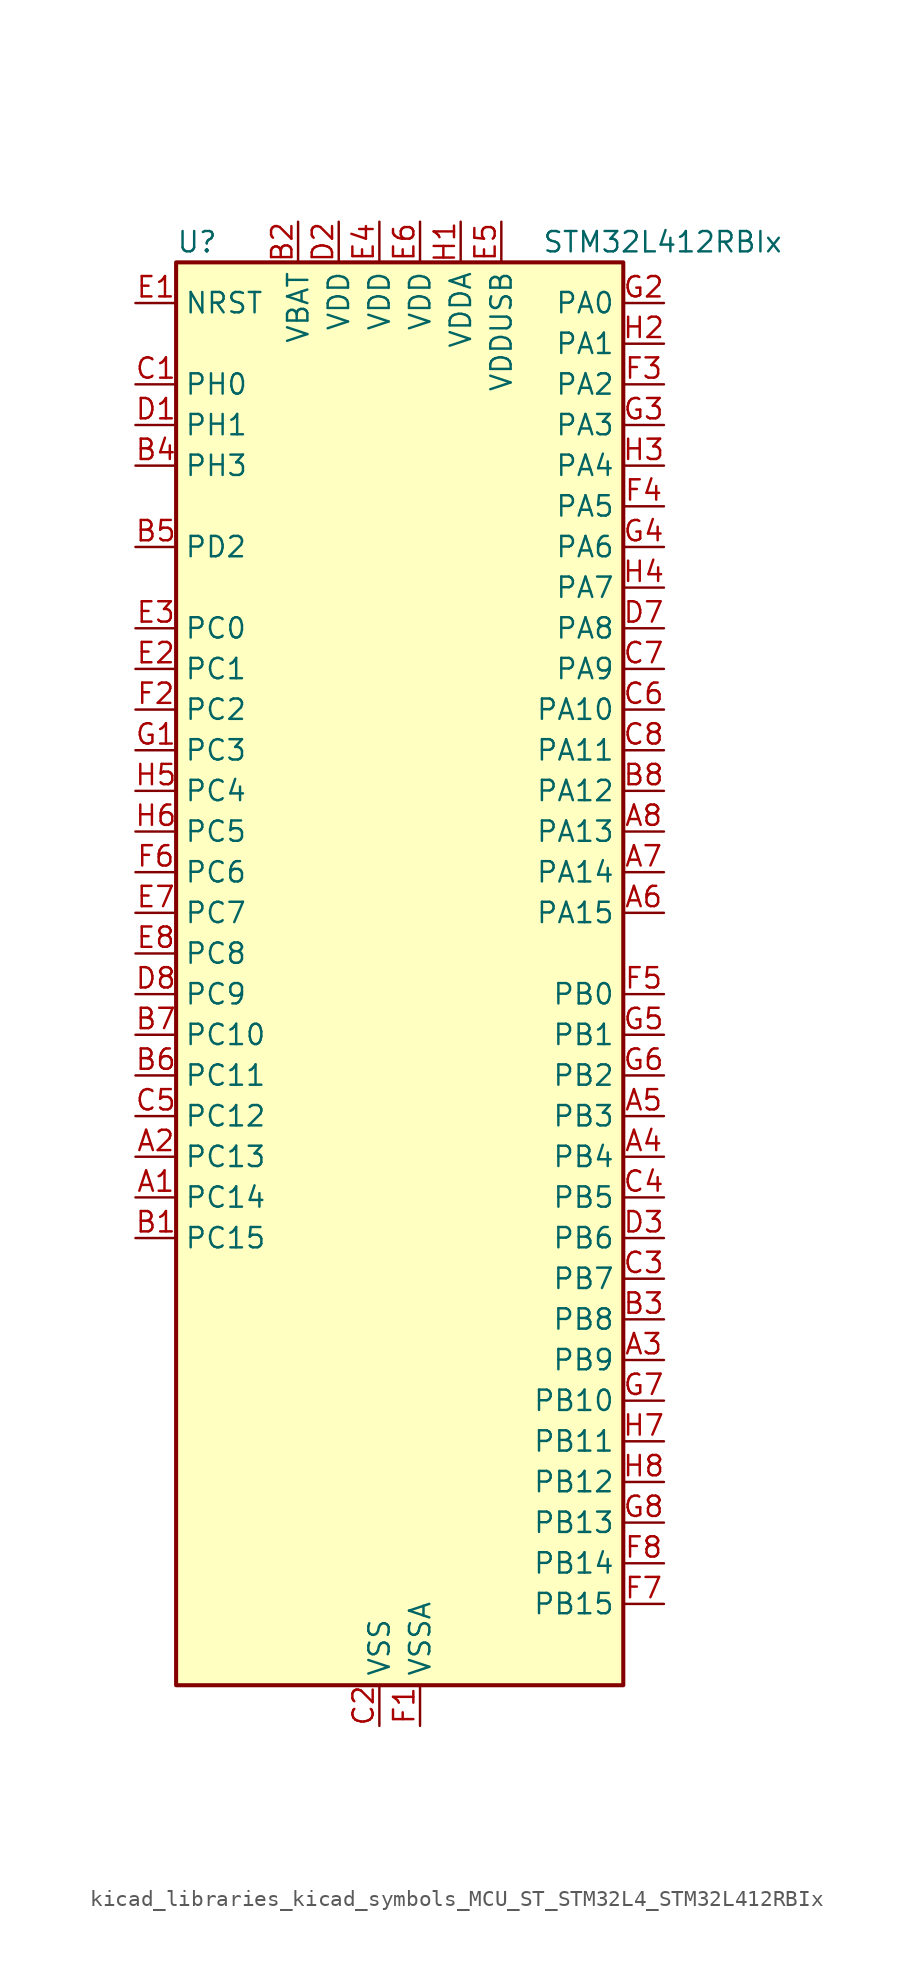
<source format=kicad_sym>
(kicad_symbol_lib
  (version 20220914)
  (generator kicad_symbol_editor)
  (symbol "kicad_libraries_kicad_symbols_MCU_ST_STM32L4_STM32L412RBIx"
    (property "Reference" "U"
      (at -12.7 46.99 0)
      (effects (font (size 1.27 1.27)) (justify left)))
    (property "Value" "STM32L412RBIx"
      (at 10.16 46.99 0)
      (effects (font (size 1.27 1.27)) (justify left)))
    (property "ki_locked" ""
      (at 0 0 0)
      (effects (font (size 1.27 1.27))))
    (symbol "kicad_libraries_kicad_symbols_MCU_ST_STM32L4_STM32L412RBIx_0_1"
      (rectangle (start -12.7 -43.18) (end 15.24 45.72) (stroke (width 0.254) (type default)) (fill (type background))))
    (symbol "kicad_libraries_kicad_symbols_MCU_ST_STM32L4_STM32L412RBIx_1_1"
      (pin bidirectional line (at -15.24 -12.7 0) (length 2.54) (name "PC14" (effects (font (size 1.27 1.27)))) (number "A1" (effects (font (size 1.27 1.27)))) (alternate "RCC_OSC32_IN" bidirectional line))
      (pin bidirectional line (at -15.24 -10.16 0) (length 2.54) (name "PC13" (effects (font (size 1.27 1.27)))) (number "A2" (effects (font (size 1.27 1.27)))) (alternate "RTC_OUT_ALARM" bidirectional line) (alternate "RTC_OUT_CALIB" bidirectional line) (alternate "RTC_TAMP1" bidirectional line) (alternate "RTC_TS" bidirectional line) (alternate "SYS_WKUP2" bidirectional line))
      (pin bidirectional line (at 17.78 -22.86 180) (length 2.54) (name "PB9" (effects (font (size 1.27 1.27)))) (number "A3" (effects (font (size 1.27 1.27)))) (alternate "I2C1_SDA" bidirectional line) (alternate "IR_OUT" bidirectional line) (alternate "SPI2_NSS" bidirectional line))
      (pin bidirectional line (at 17.78 -10.16 180) (length 2.54) (name "PB4" (effects (font (size 1.27 1.27)))) (number "A4" (effects (font (size 1.27 1.27)))) (alternate "I2C3_SDA" bidirectional line) (alternate "SPI1_MISO" bidirectional line) (alternate "SYS_JTRST" bidirectional line) (alternate "TSC_G2_IO1" bidirectional line) (alternate "USART1_CTS" bidirectional line))
      (pin bidirectional line (at 17.78 -7.62 180) (length 2.54) (name "PB3" (effects (font (size 1.27 1.27)))) (number "A5" (effects (font (size 1.27 1.27)))) (alternate "SPI1_SCK" bidirectional line) (alternate "SYS_JTDO-SWO" bidirectional line) (alternate "TIM2_CH2" bidirectional line) (alternate "USART1_DE" bidirectional line) (alternate "USART1_RTS" bidirectional line))
      (pin bidirectional line (at 17.78 5.08 180) (length 2.54) (name "PA15" (effects (font (size 1.27 1.27)))) (number "A6" (effects (font (size 1.27 1.27)))) (alternate "ADC1_EXTI15" bidirectional line) (alternate "ADC2_EXTI15" bidirectional line) (alternate "SPI1_NSS" bidirectional line) (alternate "SYS_JTDI" bidirectional line) (alternate "TIM2_CH1" bidirectional line) (alternate "TIM2_ETR" bidirectional line) (alternate "TSC_G3_IO1" bidirectional line) (alternate "USART2_RX" bidirectional line) (alternate "USART3_DE" bidirectional line) (alternate "USART3_RTS" bidirectional line))
      (pin bidirectional line (at 17.78 7.62 180) (length 2.54) (name "PA14" (effects (font (size 1.27 1.27)))) (number "A7" (effects (font (size 1.27 1.27)))) (alternate "I2C1_SMBA" bidirectional line) (alternate "LPTIM1_OUT" bidirectional line) (alternate "SYS_JTCK-SWCLK" bidirectional line))
      (pin bidirectional line (at 17.78 10.16 180) (length 2.54) (name "PA13" (effects (font (size 1.27 1.27)))) (number "A8" (effects (font (size 1.27 1.27)))) (alternate "IR_OUT" bidirectional line) (alternate "SYS_JTMS-SWDIO" bidirectional line) (alternate "USB_NOE" bidirectional line))
      (pin bidirectional line (at -15.24 -15.24 0) (length 2.54) (name "PC15" (effects (font (size 1.27 1.27)))) (number "B1" (effects (font (size 1.27 1.27)))) (alternate "ADC1_EXTI15" bidirectional line) (alternate "ADC2_EXTI15" bidirectional line) (alternate "RCC_OSC32_OUT" bidirectional line))
      (pin power_in line (at -5.08 48.26 270) (length 2.54) (name "VBAT" (effects (font (size 1.27 1.27)))) (number "B2" (effects (font (size 1.27 1.27)))))
      (pin bidirectional line (at 17.78 -20.32 180) (length 2.54) (name "PB8" (effects (font (size 1.27 1.27)))) (number "B3" (effects (font (size 1.27 1.27)))) (alternate "I2C1_SCL" bidirectional line) (alternate "TIM16_CH1" bidirectional line))
      (pin bidirectional line (at -15.24 33.02 0) (length 2.54) (name "PH3" (effects (font (size 1.27 1.27)))) (number "B4" (effects (font (size 1.27 1.27)))))
      (pin bidirectional line (at -15.24 27.94 0) (length 2.54) (name "PD2" (effects (font (size 1.27 1.27)))) (number "B5" (effects (font (size 1.27 1.27)))) (alternate "SYS_TRACED2" bidirectional line) (alternate "TSC_SYNC" bidirectional line) (alternate "USART3_DE" bidirectional line) (alternate "USART3_RTS" bidirectional line))
      (pin bidirectional line (at -15.24 -5.08 0) (length 2.54) (name "PC11" (effects (font (size 1.27 1.27)))) (number "B6" (effects (font (size 1.27 1.27)))) (alternate "ADC1_EXTI11" bidirectional line) (alternate "ADC2_EXTI11" bidirectional line) (alternate "TSC_G3_IO3" bidirectional line) (alternate "USART3_RX" bidirectional line))
      (pin bidirectional line (at -15.24 -2.54 0) (length 2.54) (name "PC10" (effects (font (size 1.27 1.27)))) (number "B7" (effects (font (size 1.27 1.27)))) (alternate "SYS_TRACED1" bidirectional line) (alternate "TSC_G3_IO2" bidirectional line) (alternate "USART3_TX" bidirectional line))
      (pin bidirectional line (at 17.78 12.7 180) (length 2.54) (name "PA12" (effects (font (size 1.27 1.27)))) (number "B8" (effects (font (size 1.27 1.27)))) (alternate "SPI1_MOSI" bidirectional line) (alternate "TIM1_ETR" bidirectional line) (alternate "USART1_DE" bidirectional line) (alternate "USART1_RTS" bidirectional line) (alternate "USB_DP" bidirectional line))
      (pin bidirectional line (at -15.24 38.1 0) (length 2.54) (name "PH0" (effects (font (size 1.27 1.27)))) (number "C1" (effects (font (size 1.27 1.27)))) (alternate "RCC_OSC_IN" bidirectional line))
      (pin power_in line (at 0 -45.72 90) (length 2.54) (name "VSS" (effects (font (size 1.27 1.27)))) (number "C2" (effects (font (size 1.27 1.27)))))
      (pin bidirectional line (at 17.78 -17.78 180) (length 2.54) (name "PB7" (effects (font (size 1.27 1.27)))) (number "C3" (effects (font (size 1.27 1.27)))) (alternate "I2C1_SDA" bidirectional line) (alternate "LPTIM1_IN2" bidirectional line) (alternate "SYS_PVD_IN" bidirectional line) (alternate "SYS_TRACECLK" bidirectional line) (alternate "TSC_G2_IO4" bidirectional line) (alternate "USART1_RX" bidirectional line))
      (pin bidirectional line (at 17.78 -12.7 180) (length 2.54) (name "PB5" (effects (font (size 1.27 1.27)))) (number "C4" (effects (font (size 1.27 1.27)))) (alternate "I2C1_SMBA" bidirectional line) (alternate "LPTIM1_IN1" bidirectional line) (alternate "SPI1_MOSI" bidirectional line) (alternate "SYS_TRACED2" bidirectional line) (alternate "TIM16_BKIN" bidirectional line) (alternate "TSC_G2_IO2" bidirectional line) (alternate "USART1_CK" bidirectional line))
      (pin bidirectional line (at -15.24 -7.62 0) (length 2.54) (name "PC12" (effects (font (size 1.27 1.27)))) (number "C5" (effects (font (size 1.27 1.27)))) (alternate "SYS_TRACED3" bidirectional line) (alternate "TSC_G3_IO4" bidirectional line) (alternate "USART3_CK" bidirectional line))
      (pin bidirectional line (at 17.78 17.78 180) (length 2.54) (name "PA10" (effects (font (size 1.27 1.27)))) (number "C6" (effects (font (size 1.27 1.27)))) (alternate "CRS_SYNC" bidirectional line) (alternate "I2C1_SDA" bidirectional line) (alternate "TIM1_CH3" bidirectional line) (alternate "USART1_RX" bidirectional line))
      (pin bidirectional line (at 17.78 20.32 180) (length 2.54) (name "PA9" (effects (font (size 1.27 1.27)))) (number "C7" (effects (font (size 1.27 1.27)))) (alternate "I2C1_SCL" bidirectional line) (alternate "TIM15_BKIN" bidirectional line) (alternate "TIM1_CH2" bidirectional line) (alternate "USART1_TX" bidirectional line))
      (pin bidirectional line (at 17.78 15.24 180) (length 2.54) (name "PA11" (effects (font (size 1.27 1.27)))) (number "C8" (effects (font (size 1.27 1.27)))) (alternate "ADC1_EXTI11" bidirectional line) (alternate "ADC2_EXTI11" bidirectional line) (alternate "COMP1_OUT" bidirectional line) (alternate "SPI1_MISO" bidirectional line) (alternate "TIM1_BKIN2" bidirectional line) (alternate "TIM1_BKIN2_COMP1" bidirectional line) (alternate "TIM1_CH4" bidirectional line) (alternate "USART1_CTS" bidirectional line) (alternate "USB_DM" bidirectional line))
      (pin bidirectional line (at -15.24 35.56 0) (length 2.54) (name "PH1" (effects (font (size 1.27 1.27)))) (number "D1" (effects (font (size 1.27 1.27)))) (alternate "RCC_OSC_OUT" bidirectional line))
      (pin power_in line (at -2.54 48.26 270) (length 2.54) (name "VDD" (effects (font (size 1.27 1.27)))) (number "D2" (effects (font (size 1.27 1.27)))))
      (pin bidirectional line (at 17.78 -15.24 180) (length 2.54) (name "PB6" (effects (font (size 1.27 1.27)))) (number "D3" (effects (font (size 1.27 1.27)))) (alternate "I2C1_SCL" bidirectional line) (alternate "LPTIM1_ETR" bidirectional line) (alternate "SYS_TRACED3" bidirectional line) (alternate "TIM16_CH1N" bidirectional line) (alternate "TSC_G2_IO3" bidirectional line) (alternate "USART1_TX" bidirectional line))
      (pin passive line (at 0 -45.72 90) (length 2.54) hide (name "VSS" (effects (font (size 1.27 1.27)))) (number "D4" (effects (font (size 1.27 1.27)))))
      (pin passive line (at 0 -45.72 90) (length 2.54) hide (name "VSS" (effects (font (size 1.27 1.27)))) (number "D5" (effects (font (size 1.27 1.27)))))
      (pin passive line (at 0 -45.72 90) (length 2.54) hide (name "VSS" (effects (font (size 1.27 1.27)))) (number "D6" (effects (font (size 1.27 1.27)))))
      (pin bidirectional line (at 17.78 22.86 180) (length 2.54) (name "PA8" (effects (font (size 1.27 1.27)))) (number "D7" (effects (font (size 1.27 1.27)))) (alternate "LPTIM2_OUT" bidirectional line) (alternate "RCC_MCO" bidirectional line) (alternate "TIM1_CH1" bidirectional line) (alternate "USART1_CK" bidirectional line))
      (pin bidirectional line (at -15.24 0 0) (length 2.54) (name "PC9" (effects (font (size 1.27 1.27)))) (number "D8" (effects (font (size 1.27 1.27)))) (alternate "TSC_G4_IO4" bidirectional line) (alternate "USB_NOE" bidirectional line))
      (pin input line (at -15.24 43.18 0) (length 2.54) (name "NRST" (effects (font (size 1.27 1.27)))) (number "E1" (effects (font (size 1.27 1.27)))))
      (pin bidirectional line (at -15.24 20.32 0) (length 2.54) (name "PC1" (effects (font (size 1.27 1.27)))) (number "E2" (effects (font (size 1.27 1.27)))) (alternate "ADC1_IN2" bidirectional line) (alternate "ADC2_IN2" bidirectional line) (alternate "I2C3_SDA" bidirectional line) (alternate "LPTIM1_OUT" bidirectional line) (alternate "LPUART1_TX" bidirectional line) (alternate "SYS_TRACED0" bidirectional line))
      (pin bidirectional line (at -15.24 22.86 0) (length 2.54) (name "PC0" (effects (font (size 1.27 1.27)))) (number "E3" (effects (font (size 1.27 1.27)))) (alternate "ADC1_IN1" bidirectional line) (alternate "ADC2_IN1" bidirectional line) (alternate "I2C3_SCL" bidirectional line) (alternate "LPTIM1_IN1" bidirectional line) (alternate "LPTIM2_IN1" bidirectional line) (alternate "LPUART1_RX" bidirectional line) (alternate "SYS_TRACECLK" bidirectional line))
      (pin power_in line (at 0 48.26 270) (length 2.54) (name "VDD" (effects (font (size 1.27 1.27)))) (number "E4" (effects (font (size 1.27 1.27)))))
      (pin power_in line (at 7.62 48.26 270) (length 2.54) (name "VDDUSB" (effects (font (size 1.27 1.27)))) (number "E5" (effects (font (size 1.27 1.27)))))
      (pin power_in line (at 2.54 48.26 270) (length 2.54) (name "VDD" (effects (font (size 1.27 1.27)))) (number "E6" (effects (font (size 1.27 1.27)))))
      (pin bidirectional line (at -15.24 5.08 0) (length 2.54) (name "PC7" (effects (font (size 1.27 1.27)))) (number "E7" (effects (font (size 1.27 1.27)))) (alternate "TSC_G4_IO2" bidirectional line))
      (pin bidirectional line (at -15.24 2.54 0) (length 2.54) (name "PC8" (effects (font (size 1.27 1.27)))) (number "E8" (effects (font (size 1.27 1.27)))) (alternate "TSC_G4_IO3" bidirectional line))
      (pin power_in line (at 2.54 -45.72 90) (length 2.54) (name "VSSA" (effects (font (size 1.27 1.27)))) (number "F1" (effects (font (size 1.27 1.27)))))
      (pin bidirectional line (at -15.24 17.78 0) (length 2.54) (name "PC2" (effects (font (size 1.27 1.27)))) (number "F2" (effects (font (size 1.27 1.27)))) (alternate "ADC1_IN3" bidirectional line) (alternate "ADC2_IN3" bidirectional line) (alternate "LPTIM1_IN2" bidirectional line) (alternate "SPI2_MISO" bidirectional line))
      (pin bidirectional line (at 17.78 38.1 180) (length 2.54) (name "PA2" (effects (font (size 1.27 1.27)))) (number "F3" (effects (font (size 1.27 1.27)))) (alternate "ADC1_IN7" bidirectional line) (alternate "ADC2_IN7" bidirectional line) (alternate "LPUART1_TX" bidirectional line) (alternate "QUADSPI_BK1_NCS" bidirectional line) (alternate "RCC_LSCO" bidirectional line) (alternate "SYS_WKUP4" bidirectional line) (alternate "TIM15_CH1" bidirectional line) (alternate "TIM2_CH3" bidirectional line) (alternate "USART2_TX" bidirectional line))
      (pin bidirectional line (at 17.78 30.48 180) (length 2.54) (name "PA5" (effects (font (size 1.27 1.27)))) (number "F4" (effects (font (size 1.27 1.27)))) (alternate "ADC1_IN10" bidirectional line) (alternate "ADC2_IN10" bidirectional line) (alternate "COMP1_INM" bidirectional line) (alternate "LPTIM2_ETR" bidirectional line) (alternate "SPI1_SCK" bidirectional line) (alternate "TIM2_CH1" bidirectional line) (alternate "TIM2_ETR" bidirectional line))
      (pin bidirectional line (at 17.78 0 180) (length 2.54) (name "PB0" (effects (font (size 1.27 1.27)))) (number "F5" (effects (font (size 1.27 1.27)))) (alternate "ADC1_IN15" bidirectional line) (alternate "ADC2_IN15" bidirectional line) (alternate "COMP1_OUT" bidirectional line) (alternate "QUADSPI_BK1_IO1" bidirectional line) (alternate "SPI1_NSS" bidirectional line) (alternate "SYS_TRACED0" bidirectional line) (alternate "TIM1_CH2N" bidirectional line) (alternate "USART3_CK" bidirectional line))
      (pin bidirectional line (at -15.24 7.62 0) (length 2.54) (name "PC6" (effects (font (size 1.27 1.27)))) (number "F6" (effects (font (size 1.27 1.27)))) (alternate "TSC_G4_IO1" bidirectional line))
      (pin bidirectional line (at 17.78 -38.1 180) (length 2.54) (name "PB15" (effects (font (size 1.27 1.27)))) (number "F7" (effects (font (size 1.27 1.27)))) (alternate "ADC1_EXTI15" bidirectional line) (alternate "ADC2_EXTI15" bidirectional line) (alternate "RTC_REFIN" bidirectional line) (alternate "SPI2_MOSI" bidirectional line) (alternate "TIM15_CH2" bidirectional line) (alternate "TIM1_CH3N" bidirectional line) (alternate "TSC_G1_IO4" bidirectional line))
      (pin bidirectional line (at 17.78 -35.56 180) (length 2.54) (name "PB14" (effects (font (size 1.27 1.27)))) (number "F8" (effects (font (size 1.27 1.27)))) (alternate "I2C2_SDA" bidirectional line) (alternate "SPI2_MISO" bidirectional line) (alternate "TIM15_CH1" bidirectional line) (alternate "TIM1_CH2N" bidirectional line) (alternate "TSC_G1_IO3" bidirectional line) (alternate "USART3_DE" bidirectional line) (alternate "USART3_RTS" bidirectional line))
      (pin bidirectional line (at -15.24 15.24 0) (length 2.54) (name "PC3" (effects (font (size 1.27 1.27)))) (number "G1" (effects (font (size 1.27 1.27)))) (alternate "ADC1_IN4" bidirectional line) (alternate "ADC2_IN4" bidirectional line) (alternate "LPTIM1_ETR" bidirectional line) (alternate "LPTIM2_ETR" bidirectional line) (alternate "SPI2_MOSI" bidirectional line))
      (pin bidirectional line (at 17.78 43.18 180) (length 2.54) (name "PA0" (effects (font (size 1.27 1.27)))) (number "G2" (effects (font (size 1.27 1.27)))) (alternate "ADC1_IN5" bidirectional line) (alternate "COMP1_INM" bidirectional line) (alternate "COMP1_OUT" bidirectional line) (alternate "OPAMP1_VINP" bidirectional line) (alternate "RTC_TAMP2" bidirectional line) (alternate "SYS_WKUP1" bidirectional line) (alternate "TIM2_CH1" bidirectional line) (alternate "TIM2_ETR" bidirectional line) (alternate "USART2_CTS" bidirectional line))
      (pin bidirectional line (at 17.78 35.56 180) (length 2.54) (name "PA3" (effects (font (size 1.27 1.27)))) (number "G3" (effects (font (size 1.27 1.27)))) (alternate "ADC1_IN8" bidirectional line) (alternate "ADC2_IN8" bidirectional line) (alternate "LPUART1_RX" bidirectional line) (alternate "OPAMP1_VOUT" bidirectional line) (alternate "QUADSPI_CLK" bidirectional line) (alternate "TIM15_CH2" bidirectional line) (alternate "TIM2_CH4" bidirectional line) (alternate "USART2_RX" bidirectional line))
      (pin bidirectional line (at 17.78 27.94 180) (length 2.54) (name "PA6" (effects (font (size 1.27 1.27)))) (number "G4" (effects (font (size 1.27 1.27)))) (alternate "ADC1_IN11" bidirectional line) (alternate "ADC2_IN11" bidirectional line) (alternate "COMP1_OUT" bidirectional line) (alternate "LPUART1_CTS" bidirectional line) (alternate "QUADSPI_BK1_IO3" bidirectional line) (alternate "SPI1_MISO" bidirectional line) (alternate "TIM16_CH1" bidirectional line) (alternate "TIM1_BKIN" bidirectional line) (alternate "USART3_CTS" bidirectional line))
      (pin bidirectional line (at 17.78 -2.54 180) (length 2.54) (name "PB1" (effects (font (size 1.27 1.27)))) (number "G5" (effects (font (size 1.27 1.27)))) (alternate "ADC1_IN16" bidirectional line) (alternate "ADC2_IN16" bidirectional line) (alternate "COMP1_INM" bidirectional line) (alternate "LPTIM2_IN1" bidirectional line) (alternate "LPUART1_DE" bidirectional line) (alternate "LPUART1_RTS" bidirectional line) (alternate "QUADSPI_BK1_IO0" bidirectional line) (alternate "SYS_TRACED1" bidirectional line) (alternate "TIM1_CH3N" bidirectional line) (alternate "USART3_DE" bidirectional line) (alternate "USART3_RTS" bidirectional line))
      (pin bidirectional line (at 17.78 -5.08 180) (length 2.54) (name "PB2" (effects (font (size 1.27 1.27)))) (number "G6" (effects (font (size 1.27 1.27)))) (alternate "COMP1_INP" bidirectional line) (alternate "I2C3_SMBA" bidirectional line) (alternate "LPTIM1_OUT" bidirectional line) (alternate "RTC_OUT_ALARM" bidirectional line) (alternate "RTC_OUT_CALIB" bidirectional line))
      (pin bidirectional line (at 17.78 -25.4 180) (length 2.54) (name "PB10" (effects (font (size 1.27 1.27)))) (number "G7" (effects (font (size 1.27 1.27)))) (alternate "COMP1_OUT" bidirectional line) (alternate "I2C2_SCL" bidirectional line) (alternate "LPUART1_RX" bidirectional line) (alternate "QUADSPI_CLK" bidirectional line) (alternate "SPI2_SCK" bidirectional line) (alternate "TIM2_CH3" bidirectional line) (alternate "TSC_SYNC" bidirectional line) (alternate "USART3_TX" bidirectional line))
      (pin bidirectional line (at 17.78 -33.02 180) (length 2.54) (name "PB13" (effects (font (size 1.27 1.27)))) (number "G8" (effects (font (size 1.27 1.27)))) (alternate "I2C2_SCL" bidirectional line) (alternate "LPUART1_CTS" bidirectional line) (alternate "SPI2_SCK" bidirectional line) (alternate "TIM15_CH1N" bidirectional line) (alternate "TIM1_CH1N" bidirectional line) (alternate "TSC_G1_IO2" bidirectional line) (alternate "USART3_CTS" bidirectional line))
      (pin power_in line (at 5.08 48.26 270) (length 2.54) (name "VDDA" (effects (font (size 1.27 1.27)))) (number "H1" (effects (font (size 1.27 1.27)))))
      (pin bidirectional line (at 17.78 40.64 180) (length 2.54) (name "PA1" (effects (font (size 1.27 1.27)))) (number "H2" (effects (font (size 1.27 1.27)))) (alternate "ADC1_IN6" bidirectional line) (alternate "COMP1_INP" bidirectional line) (alternate "I2C1_SMBA" bidirectional line) (alternate "OPAMP1_VINM" bidirectional line) (alternate "SPI1_SCK" bidirectional line) (alternate "TIM15_CH1N" bidirectional line) (alternate "TIM2_CH2" bidirectional line) (alternate "USART2_DE" bidirectional line) (alternate "USART2_RTS" bidirectional line))
      (pin bidirectional line (at 17.78 33.02 180) (length 2.54) (name "PA4" (effects (font (size 1.27 1.27)))) (number "H3" (effects (font (size 1.27 1.27)))) (alternate "ADC1_IN9" bidirectional line) (alternate "ADC2_IN9" bidirectional line) (alternate "COMP1_INM" bidirectional line) (alternate "LPTIM2_OUT" bidirectional line) (alternate "SPI1_NSS" bidirectional line) (alternate "USART2_CK" bidirectional line))
      (pin bidirectional line (at 17.78 25.4 180) (length 2.54) (name "PA7" (effects (font (size 1.27 1.27)))) (number "H4" (effects (font (size 1.27 1.27)))) (alternate "ADC1_IN12" bidirectional line) (alternate "ADC2_IN12" bidirectional line) (alternate "I2C3_SCL" bidirectional line) (alternate "QUADSPI_BK1_IO2" bidirectional line) (alternate "SPI1_MOSI" bidirectional line) (alternate "TIM1_CH1N" bidirectional line))
      (pin bidirectional line (at -15.24 12.7 0) (length 2.54) (name "PC4" (effects (font (size 1.27 1.27)))) (number "H5" (effects (font (size 1.27 1.27)))) (alternate "ADC1_IN13" bidirectional line) (alternate "ADC2_IN13" bidirectional line) (alternate "COMP1_INM" bidirectional line) (alternate "USART3_TX" bidirectional line))
      (pin bidirectional line (at -15.24 10.16 0) (length 2.54) (name "PC5" (effects (font (size 1.27 1.27)))) (number "H6" (effects (font (size 1.27 1.27)))) (alternate "ADC1_IN14" bidirectional line) (alternate "ADC2_IN14" bidirectional line) (alternate "COMP1_INP" bidirectional line) (alternate "SYS_WKUP5" bidirectional line) (alternate "USART3_RX" bidirectional line))
      (pin bidirectional line (at 17.78 -27.94 180) (length 2.54) (name "PB11" (effects (font (size 1.27 1.27)))) (number "H7" (effects (font (size 1.27 1.27)))) (alternate "ADC1_EXTI11" bidirectional line) (alternate "ADC2_EXTI11" bidirectional line) (alternate "I2C2_SDA" bidirectional line) (alternate "LPUART1_TX" bidirectional line) (alternate "QUADSPI_BK1_NCS" bidirectional line) (alternate "TIM2_CH4" bidirectional line) (alternate "USART3_RX" bidirectional line))
      (pin bidirectional line (at 17.78 -30.48 180) (length 2.54) (name "PB12" (effects (font (size 1.27 1.27)))) (number "H8" (effects (font (size 1.27 1.27)))) (alternate "I2C2_SMBA" bidirectional line) (alternate "LPUART1_DE" bidirectional line) (alternate "LPUART1_RTS" bidirectional line) (alternate "SPI2_NSS" bidirectional line) (alternate "TIM15_BKIN" bidirectional line) (alternate "TIM1_BKIN" bidirectional line) (alternate "TSC_G1_IO1" bidirectional line) (alternate "USART3_CK" bidirectional line)))))
</source>
